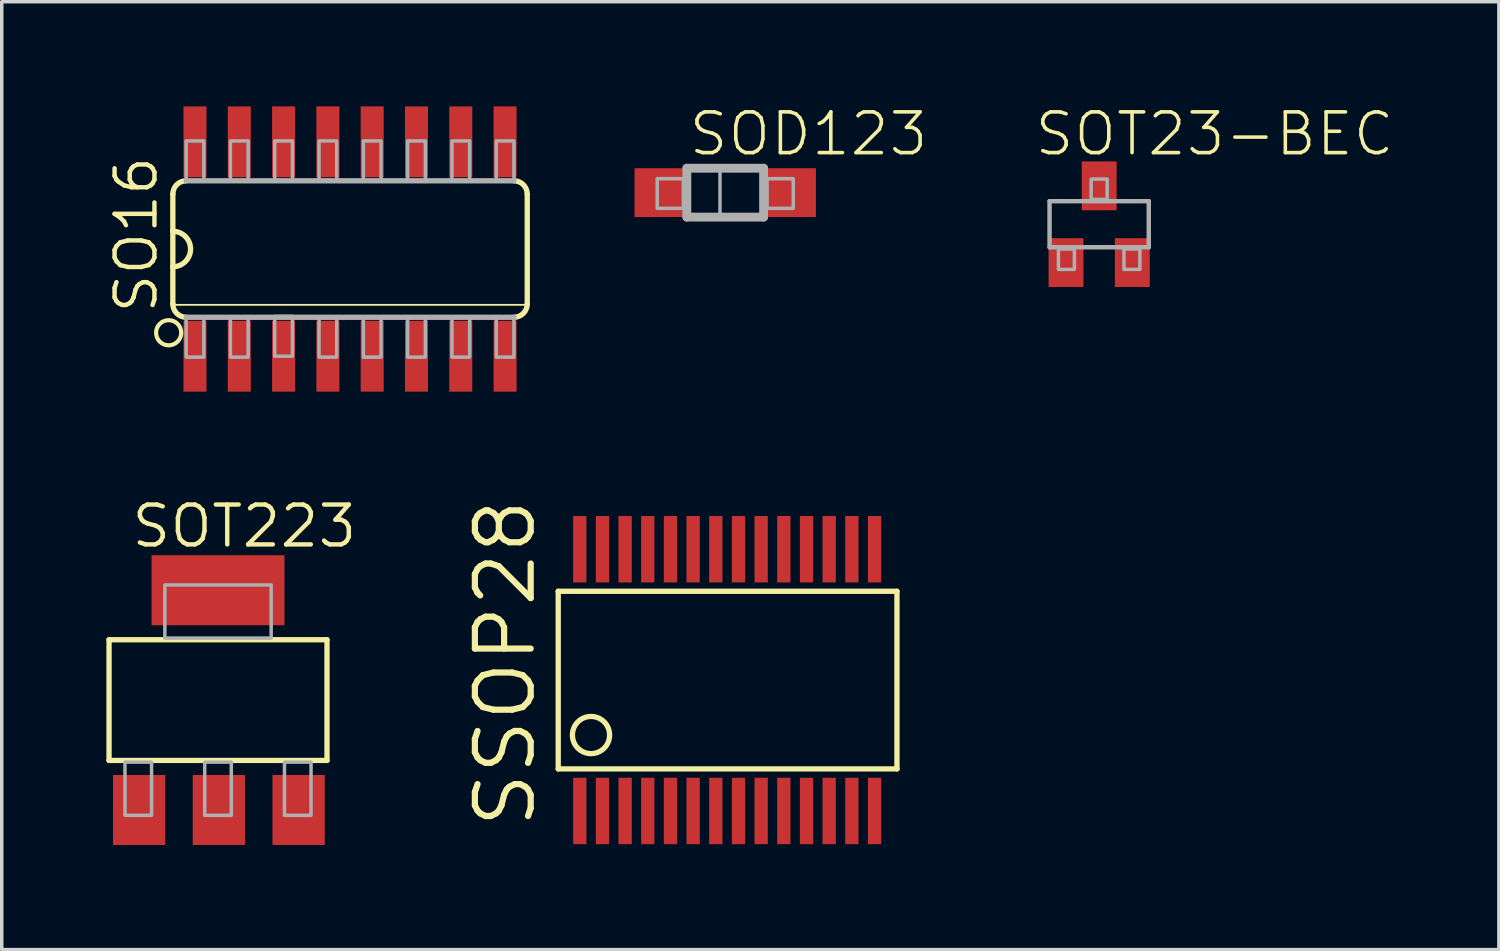
<source format=kicad_pcb>
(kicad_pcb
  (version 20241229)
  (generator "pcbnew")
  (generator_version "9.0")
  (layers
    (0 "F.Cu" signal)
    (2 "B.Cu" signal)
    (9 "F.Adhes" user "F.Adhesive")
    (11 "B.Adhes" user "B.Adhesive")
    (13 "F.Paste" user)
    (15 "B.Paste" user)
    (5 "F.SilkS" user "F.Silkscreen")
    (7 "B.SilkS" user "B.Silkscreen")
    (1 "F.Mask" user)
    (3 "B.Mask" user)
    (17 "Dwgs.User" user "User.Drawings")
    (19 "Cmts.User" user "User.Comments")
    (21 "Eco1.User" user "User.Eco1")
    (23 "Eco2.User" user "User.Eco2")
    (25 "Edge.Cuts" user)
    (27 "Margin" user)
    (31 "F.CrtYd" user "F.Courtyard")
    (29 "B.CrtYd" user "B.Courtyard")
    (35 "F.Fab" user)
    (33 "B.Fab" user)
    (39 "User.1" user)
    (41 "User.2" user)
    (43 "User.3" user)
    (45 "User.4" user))
  (footprint "SOD123"
    (layer "F.Cu")
    (at 17.741 2.473)
    (property "Reference" "SOD123" (at -1.1 -1 0) (layer "F.SilkS") (effects (font (size 1.168 1.168) (thickness 0.102)) (justify left bottom)))
    (fp_line (start -1.1 -0.7) (end 1.1 -0.7) (stroke (width 0.254) (type solid)) (layer "F.Fab"))
    (fp_line (start -1.1 0.7) (end -1.1 -0.7) (stroke (width 0.254) (type solid)) (layer "F.Fab"))
    (fp_line (start 1.1 -0.7) (end 1.1 0.7) (stroke (width 0.254) (type solid)) (layer "F.Fab"))
    (fp_line (start 1.1 0.7) (end -1.1 0.7) (stroke (width 0.254) (type solid)) (layer "F.Fab"))
    (fp_poly (pts (xy -1.95 0.45) (xy -1.2 0.45) (xy -1.2 -0.4) (xy -1.95 -0.4)) (stroke (width 0.1) (type solid)) (fill no) (layer "F.Fab"))
    (fp_poly (pts (xy -1.05 0.65) (xy -0.15 0.65) (xy -0.15 -0.7) (xy -1.05 -0.7)) (stroke (width 0.1) (type solid)) (fill no) (layer "F.Fab"))
    (fp_poly (pts (xy 1.2 0.45) (xy 1.95 0.45) (xy 1.95 -0.4) (xy 1.2 -0.4)) (stroke (width 0.1) (type solid)) (fill no) (layer "F.Fab"))
    (pad "A" smd rect (at 1.9 0) (size 1.4 1.4) (layers "F.Cu" "F.Mask" "F.Paste"))
    (pad "C" smd rect (at -1.9 0) (size 1.4 1.4) (layers "F.Cu" "F.Mask" "F.Paste")))
  (footprint "SO16"
    (layer "F.Cu")
    (at 6.985 4.089)
    (property "Reference" "SO16" (at -5.461 1.905 90) (layer "F.SilkS") (effects (font (size 1.143 1.143) (thickness 0.127)) (justify left bottom)))
    (fp_line (start -5.08 -1.575) (end -5.08 -0.508) (stroke (width 0.152) (type solid)) (layer "F.SilkS"))
    (fp_line (start -5.08 -0.508) (end -5.08 0.508) (stroke (width 0.152) (type solid)) (layer "F.SilkS"))
    (fp_line (start -5.08 0.508) (end -5.08 1.575) (stroke (width 0.152) (type solid)) (layer "F.SilkS"))
    (fp_line (start -5.08 1.6) (end 5.08 1.6) (stroke (width 0.051) (type solid)) (layer "F.SilkS"))
    (fp_line (start 5.08 1.575) (end 5.08 -1.575) (stroke (width 0.152) (type solid)) (layer "F.SilkS"))
    (fp_arc (start -5.08 -1.5748) (mid -4.968408 -1.844208) (end -4.699 -1.9558) (stroke (width 0.1524) (type solid)) (layer "F.SilkS"))
    (fp_arc (start -5.08 -0.508) (mid -4.572 0) (end -5.08 0.508) (stroke (width 0.1524) (type solid)) (layer "F.SilkS"))
    (fp_arc (start -4.699 1.9558) (mid -4.968408 1.844208) (end -5.08 1.5748) (stroke (width 0.1524) (type solid)) (layer "F.SilkS"))
    (fp_arc (start 4.699 -1.9558) (mid 4.968408 -1.844208) (end 5.08 -1.5748) (stroke (width 0.1524) (type solid)) (layer "F.SilkS"))
    (fp_arc (start 5.08 1.5748) (mid 4.968408 1.844208) (end 4.699 1.9558) (stroke (width 0.1524) (type solid)) (layer "F.SilkS"))
    (fp_circle (center -5.2 2.4) (end -5 2.7) (stroke (width 0.12) (type solid)) (fill no) (layer "F.SilkS"))
    (fp_line (start -4.699 1.956) (end 4.699 1.956) (stroke (width 0.152) (type solid)) (layer "F.Fab"))
    (fp_line (start 4.699 -1.956) (end -4.699 -1.956) (stroke (width 0.152) (type solid)) (layer "F.Fab"))
    (fp_poly (pts (xy -4.699 -1.956) (xy -4.191 -1.956) (xy -4.191 -3.099) (xy -4.699 -3.099)) (stroke (width 0.1) (type solid)) (fill no) (layer "F.Fab"))
    (fp_poly (pts (xy -4.699 3.099) (xy -4.191 3.099) (xy -4.191 1.956) (xy -4.699 1.956)) (stroke (width 0.1) (type solid)) (fill no) (layer "F.Fab"))
    (fp_poly (pts (xy -3.429 -1.956) (xy -2.921 -1.956) (xy -2.921 -3.099) (xy -3.429 -3.099)) (stroke (width 0.1) (type solid)) (fill no) (layer "F.Fab"))
    (fp_poly (pts (xy -3.429 3.099) (xy -2.921 3.099) (xy -2.921 1.956) (xy -3.429 1.956)) (stroke (width 0.1) (type solid)) (fill no) (layer "F.Fab"))
    (fp_poly (pts (xy -2.159 -1.956) (xy -1.651 -1.956) (xy -1.651 -3.099) (xy -2.159 -3.099)) (stroke (width 0.1) (type solid)) (fill no) (layer "F.Fab"))
    (fp_poly (pts (xy -2.159 3.073) (xy -1.651 3.073) (xy -1.651 1.93) (xy -2.159 1.93)) (stroke (width 0.1) (type solid)) (fill no) (layer "F.Fab"))
    (fp_poly (pts (xy -0.889 -1.956) (xy -0.381 -1.956) (xy -0.381 -3.099) (xy -0.889 -3.099)) (stroke (width 0.1) (type solid)) (fill no) (layer "F.Fab"))
    (fp_poly (pts (xy -0.889 3.099) (xy -0.381 3.099) (xy -0.381 1.956) (xy -0.889 1.956)) (stroke (width 0.1) (type solid)) (fill no) (layer "F.Fab"))
    (fp_poly (pts (xy 0.381 -1.956) (xy 0.889 -1.956) (xy 0.889 -3.099) (xy 0.381 -3.099)) (stroke (width 0.1) (type solid)) (fill no) (layer "F.Fab"))
    (fp_poly (pts (xy 0.381 3.099) (xy 0.889 3.099) (xy 0.889 1.956) (xy 0.381 1.956)) (stroke (width 0.1) (type solid)) (fill no) (layer "F.Fab"))
    (fp_poly (pts (xy 1.651 -1.956) (xy 2.159 -1.956) (xy 2.159 -3.099) (xy 1.651 -3.099)) (stroke (width 0.1) (type solid)) (fill no) (layer "F.Fab"))
    (fp_poly (pts (xy 1.651 3.099) (xy 2.159 3.099) (xy 2.159 1.956) (xy 1.651 1.956)) (stroke (width 0.1) (type solid)) (fill no) (layer "F.Fab"))
    (fp_poly (pts (xy 2.921 -1.956) (xy 3.429 -1.956) (xy 3.429 -3.099) (xy 2.921 -3.099)) (stroke (width 0.1) (type solid)) (fill no) (layer "F.Fab"))
    (fp_poly (pts (xy 2.921 3.099) (xy 3.429 3.099) (xy 3.429 1.956) (xy 2.921 1.956)) (stroke (width 0.1) (type solid)) (fill no) (layer "F.Fab"))
    (fp_poly (pts (xy 4.191 -1.956) (xy 4.699 -1.956) (xy 4.699 -3.099) (xy 4.191 -3.099)) (stroke (width 0.1) (type solid)) (fill no) (layer "F.Fab"))
    (fp_poly (pts (xy 4.191 3.099) (xy 4.699 3.099) (xy 4.699 1.956) (xy 4.191 1.956)) (stroke (width 0.1) (type solid)) (fill no) (layer "F.Fab"))
    (pad "1" smd rect (at -4.445 3.073) (size 0.66 2.032) (layers "F.Cu" "F.Mask" "F.Paste"))
    (pad "2" smd rect (at -3.175 3.073) (size 0.66 2.032) (layers "F.Cu" "F.Mask" "F.Paste"))
    (pad "3" smd rect (at -1.905 3.073) (size 0.66 2.032) (layers "F.Cu" "F.Mask" "F.Paste"))
    (pad "4" smd rect (at -0.635 3.073) (size 0.66 2.032) (layers "F.Cu" "F.Mask" "F.Paste"))
    (pad "5" smd rect (at 0.635 3.073) (size 0.66 2.032) (layers "F.Cu" "F.Mask" "F.Paste"))
    (pad "6" smd rect (at 1.905 3.073) (size 0.66 2.032) (layers "F.Cu" "F.Mask" "F.Paste"))
    (pad "7" smd rect (at 3.175 3.073) (size 0.66 2.032) (layers "F.Cu" "F.Mask" "F.Paste"))
    (pad "8" smd rect (at 4.445 3.073) (size 0.66 2.032) (layers "F.Cu" "F.Mask" "F.Paste"))
    (pad "9" smd rect (at 4.445 -3.073) (size 0.66 2.032) (layers "F.Cu" "F.Mask" "F.Paste"))
    (pad "10" smd rect (at 3.175 -3.073) (size 0.66 2.032) (layers "F.Cu" "F.Mask" "F.Paste"))
    (pad "11" smd rect (at 1.905 -3.073) (size 0.66 2.032) (layers "F.Cu" "F.Mask" "F.Paste"))
    (pad "12" smd rect (at 0.635 -3.073) (size 0.66 2.032) (layers "F.Cu" "F.Mask" "F.Paste"))
    (pad "13" smd rect (at -0.635 -3.073) (size 0.66 2.032) (layers "F.Cu" "F.Mask" "F.Paste"))
    (pad "14" smd rect (at -1.905 -3.073) (size 0.66 2.032) (layers "F.Cu" "F.Mask" "F.Paste"))
    (pad "15" smd rect (at -3.175 -3.073) (size 0.66 2.032) (layers "F.Cu" "F.Mask" "F.Paste"))
    (pad "16" smd rect (at -4.445 -3.073) (size 0.66 2.032) (layers "F.Cu" "F.Mask" "F.Paste")))
  (footprint "SOT23-BEC"
    (layer "F.Cu")
    (at 28.461 3.378)
    (property "Reference" "SOT23-BEC" (at -1.905 -1.905 0) (layer "F.SilkS") (effects (font (size 1.168 1.168) (thickness 0.102)) (justify left bottom)))
    (fp_line (start -1.422 -0.66) (end 1.422 -0.66) (stroke (width 0.127) (type solid)) (layer "F.Fab"))
    (fp_line (start -1.422 0.66) (end -1.422 -0.66) (stroke (width 0.127) (type solid)) (layer "F.Fab"))
    (fp_line (start 1.422 -0.66) (end 1.422 0.66) (stroke (width 0.127) (type solid)) (layer "F.Fab"))
    (fp_line (start 1.422 0.66) (end -1.422 0.66) (stroke (width 0.127) (type solid)) (layer "F.Fab"))
    (fp_poly (pts (xy -1.168 1.295) (xy -0.711 1.295) (xy -0.711 0.711) (xy -1.168 0.711)) (stroke (width 0.1) (type solid)) (fill no) (layer "F.Fab"))
    (fp_poly (pts (xy -0.229 -0.711) (xy 0.229 -0.711) (xy 0.229 -1.295) (xy -0.229 -1.295)) (stroke (width 0.1) (type solid)) (fill no) (layer "F.Fab"))
    (fp_poly (pts (xy 0.711 1.295) (xy 1.168 1.295) (xy 1.168 0.711) (xy 0.711 0.711)) (stroke (width 0.1) (type solid)) (fill no) (layer "F.Fab"))
    (pad "B" smd rect (at -0.95 1.1) (size 1 1.4) (layers "F.Cu" "F.Mask" "F.Paste"))
    (pad "C" smd rect (at 0 -1.1) (size 1 1.4) (layers "F.Cu" "F.Mask" "F.Paste"))
    (pad "E" smd rect (at 0.95 1.1) (size 1 1.4) (layers "F.Cu" "F.Mask" "F.Paste")))
  (footprint "SOT223"
    (layer "F.Cu")
    (at 3.2 17.021)
    (property "Reference" "SOT223" (at -2.54 -4.318 0) (layer "F.SilkS") (effects (font (size 1.143 1.143) (thickness 0.127)) (justify left bottom)))
    (fp_line (start -3.124 -1.731) (end -3.124 1.729) (stroke (width 0.152) (type solid)) (layer "F.SilkS"))
    (fp_line (start -3.124 -1.731) (end 3.124 -1.731) (stroke (width 0.152) (type solid)) (layer "F.SilkS"))
    (fp_line (start 3.124 1.729) (end -3.124 1.729) (stroke (width 0.152) (type solid)) (layer "F.SilkS"))
    (fp_line (start 3.124 1.729) (end 3.124 -1.731) (stroke (width 0.152) (type solid)) (layer "F.SilkS"))
    (fp_poly (pts (xy -2.667 3.302) (xy -1.905 3.302) (xy -1.905 1.778) (xy -2.667 1.778)) (stroke (width 0.1) (type solid)) (fill no) (layer "F.Fab"))
    (fp_poly (pts (xy -1.524 -1.778) (xy 1.524 -1.778) (xy 1.524 -3.302) (xy -1.524 -3.302)) (stroke (width 0.1) (type solid)) (fill no) (layer "F.Fab"))
    (fp_poly (pts (xy -0.381 3.302) (xy 0.381 3.302) (xy 0.381 1.778) (xy -0.381 1.778)) (stroke (width 0.1) (type solid)) (fill no) (layer "F.Fab"))
    (fp_poly (pts (xy 1.905 3.302) (xy 2.667 3.302) (xy 2.667 1.778) (xy 1.905 1.778)) (stroke (width 0.1) (type solid)) (fill no) (layer "F.Fab"))
    (pad "1" smd rect (at -2.261 3.15) (size 1.499 2.007) (layers "F.Cu" "F.Mask" "F.Paste"))
    (pad "2" smd rect (at 0.025 3.15) (size 1.499 2.007) (layers "F.Cu" "F.Mask" "F.Paste"))
    (pad "3" smd rect (at 2.311 3.15) (size 1.499 2.007) (layers "F.Cu" "F.Mask" "F.Paste"))
    (pad "4" smd rect (at 0 -3.15) (size 3.81 2.007) (layers "F.Cu" "F.Mask" "F.Paste")))
  (footprint "SSOP28"
    (layer "F.Cu")
    (at 18.121 16.447)
    (property "Reference" "SSOP28" (at -5.752 4.318 90) (layer "F.SilkS") (effects (font (size 1.6 1.6) (thickness 0.178)) (justify left bottom)))
    (fp_line (start -5.168 -2.546) (end -5.168 2.546) (stroke (width 0.152) (type solid)) (layer "F.SilkS"))
    (fp_line (start -5.168 2.546) (end 4.543 2.546) (stroke (width 0.152) (type solid)) (layer "F.SilkS"))
    (fp_line (start 4.543 -2.546) (end -5.168 -2.546) (stroke (width 0.152) (type solid)) (layer "F.SilkS"))
    (fp_line (start 4.543 2.546) (end 4.543 -2.546) (stroke (width 0.152) (type solid)) (layer "F.SilkS"))
    (fp_circle (center -4.228 1.575) (end -3.695 1.575) (stroke (width 0.152) (type solid)) (fill no) (layer "F.SilkS"))
    (pad "1" smd rect (at -4.55 3.752 90) (size 1.905 0.381) (layers "F.Cu" "F.Mask" "F.Paste"))
    (pad "2" smd rect (at -3.9 3.752 90) (size 1.905 0.381) (layers "F.Cu" "F.Mask" "F.Paste"))
    (pad "3" smd rect (at -3.25 3.752 90) (size 1.905 0.381) (layers "F.Cu" "F.Mask" "F.Paste"))
    (pad "4" smd rect (at -2.6 3.752 90) (size 1.905 0.381) (layers "F.Cu" "F.Mask" "F.Paste"))
    (pad "5" smd rect (at -1.95 3.752 90) (size 1.905 0.381) (layers "F.Cu" "F.Mask" "F.Paste"))
    (pad "6" smd rect (at -1.3 3.752 90) (size 1.905 0.381) (layers "F.Cu" "F.Mask" "F.Paste"))
    (pad "7" smd rect (at -0.65 3.752 90) (size 1.905 0.381) (layers "F.Cu" "F.Mask" "F.Paste"))
    (pad "8" smd rect (at 0 3.752 90) (size 1.905 0.381) (layers "F.Cu" "F.Mask" "F.Paste"))
    (pad "9" smd rect (at 0.65 3.752 90) (size 1.905 0.381) (layers "F.Cu" "F.Mask" "F.Paste"))
    (pad "10" smd rect (at 1.3 3.752 90) (size 1.905 0.381) (layers "F.Cu" "F.Mask" "F.Paste"))
    (pad "11" smd rect (at 1.95 3.752 90) (size 1.905 0.381) (layers "F.Cu" "F.Mask" "F.Paste"))
    (pad "12" smd rect (at 2.6 3.752 90) (size 1.905 0.381) (layers "F.Cu" "F.Mask" "F.Paste"))
    (pad "13" smd rect (at 3.25 3.752 90) (size 1.905 0.381) (layers "F.Cu" "F.Mask" "F.Paste"))
    (pad "14" smd rect (at 3.9 3.752 90) (size 1.905 0.381) (layers "F.Cu" "F.Mask" "F.Paste"))
    (pad "15" smd rect (at 3.9 -3.752 90) (size 1.905 0.381) (layers "F.Cu" "F.Mask" "F.Paste"))
    (pad "16" smd rect (at 3.25 -3.752 90) (size 1.905 0.381) (layers "F.Cu" "F.Mask" "F.Paste"))
    (pad "17" smd rect (at 2.6 -3.752 90) (size 1.905 0.381) (layers "F.Cu" "F.Mask" "F.Paste"))
    (pad "18" smd rect (at 1.95 -3.752 90) (size 1.905 0.381) (layers "F.Cu" "F.Mask" "F.Paste"))
    (pad "19" smd rect (at 1.3 -3.752 90) (size 1.905 0.381) (layers "F.Cu" "F.Mask" "F.Paste"))
    (pad "20" smd rect (at 0.65 -3.752 90) (size 1.905 0.381) (layers "F.Cu" "F.Mask" "F.Paste"))
    (pad "21" smd rect (at 0 -3.752 90) (size 1.905 0.381) (layers "F.Cu" "F.Mask" "F.Paste"))
    (pad "22" smd rect (at -0.65 -3.752 90) (size 1.905 0.381) (layers "F.Cu" "F.Mask" "F.Paste"))
    (pad "23" smd rect (at -1.3 -3.752 90) (size 1.905 0.381) (layers "F.Cu" "F.Mask" "F.Paste"))
    (pad "24" smd rect (at -1.95 -3.752 90) (size 1.905 0.381) (layers "F.Cu" "F.Mask" "F.Paste"))
    (pad "25" smd rect (at -2.6 -3.752 90) (size 1.905 0.381) (layers "F.Cu" "F.Mask" "F.Paste"))
    (pad "26" smd rect (at -3.25 -3.752 90) (size 1.905 0.381) (layers "F.Cu" "F.Mask" "F.Paste"))
    (pad "27" smd rect (at -3.9 -3.752 90) (size 1.905 0.381) (layers "F.Cu" "F.Mask" "F.Paste"))
    (pad "28" smd rect (at -4.55 -3.752 90) (size 1.905 0.381) (layers "F.Cu" "F.Mask" "F.Paste")))
  (gr_rect
    (start -3 -3)
    (end 39.92 24.174)
    (stroke (width 0.1) (type default))
    (fill no)
    (layer "Edge.Cuts")))
</source>
